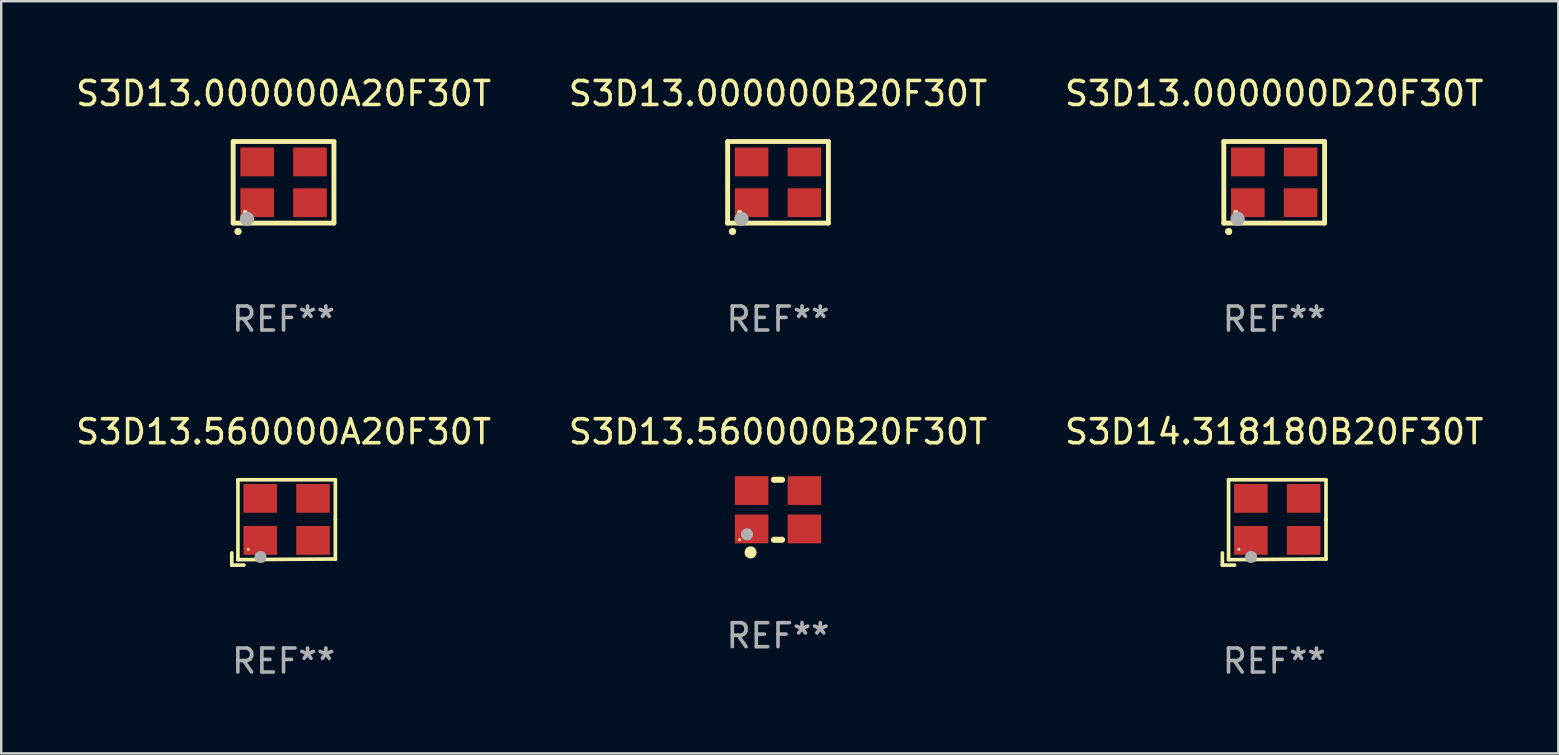
<source format=kicad_pcb>
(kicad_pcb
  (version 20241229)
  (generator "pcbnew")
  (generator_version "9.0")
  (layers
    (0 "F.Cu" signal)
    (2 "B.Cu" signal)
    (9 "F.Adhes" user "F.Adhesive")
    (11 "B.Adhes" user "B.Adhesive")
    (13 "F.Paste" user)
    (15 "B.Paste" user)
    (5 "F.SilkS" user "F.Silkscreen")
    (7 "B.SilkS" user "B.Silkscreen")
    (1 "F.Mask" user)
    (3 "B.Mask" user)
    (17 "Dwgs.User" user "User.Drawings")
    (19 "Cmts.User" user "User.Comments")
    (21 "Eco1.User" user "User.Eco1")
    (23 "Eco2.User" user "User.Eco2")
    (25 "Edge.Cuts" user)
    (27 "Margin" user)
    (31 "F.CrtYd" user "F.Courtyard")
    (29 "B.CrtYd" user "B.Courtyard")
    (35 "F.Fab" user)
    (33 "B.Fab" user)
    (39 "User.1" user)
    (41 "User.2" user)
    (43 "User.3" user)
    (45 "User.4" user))
  (footprint "S3D13.560000A20F30T"
    (layer "F.Cu")
    (at 8.768 18.723)
    (property "Reference" "S3D13.560000A20F30T" (at 0 -3.778 0) (layer "F.SilkS") (effects (font (size 1 1) (thickness 0.15))))
    (attr through_hole)
    (fp_line (start -2.159 1.27) (end -2.159 1.778) (stroke (width 0.152) (type solid)) (layer "F.SilkS"))
    (fp_line (start -2.159 1.778) (end -1.651 1.778) (stroke (width 0.152) (type solid)) (layer "F.SilkS"))
    (fp_line (start -1.902 -1.778) (end 2.159 -1.778) (stroke (width 0.152) (type solid)) (layer "F.SilkS"))
    (fp_line (start -1.902 1.552) (end -1.902 -1.778) (stroke (width 0.152) (type solid)) (layer "F.SilkS"))
    (fp_line (start 2.159 -1.778) (end 2.159 -0.127) (stroke (width 0.152) (type solid)) (layer "F.SilkS"))
    (fp_line (start 2.159 -0.127) (end 2.159 1.524) (stroke (width 0.152) (type solid)) (layer "F.SilkS"))
    (fp_line (start 2.159 1.524) (end -1.902 1.552) (stroke (width 0.152) (type solid)) (layer "F.SilkS"))
    (fp_line (start 2.159 1.524) (end 2.159 1.524) (stroke (width 0.152) (type solid)) (layer "F.SilkS"))
    (fp_circle (center -1.473 1.123) (end -1.443 1.123) (stroke (width 0.06) (type solid)) (fill no) (layer "F.SilkS"))
    (fp_circle (center -0.961 1.44) (end -0.834 1.44) (stroke (width 0.254) (type solid)) (fill no) (layer "F.Fab"))
    (fp_text user "REF**" (at 0 5.778 0) (layer "F.Fab") (effects (font (size 1 1) (thickness 0.15))))
    (pad "1" smd rect (at -0.973 0.748) (size 1.4 1.2) (layers "F.Cu" "F.Mask" "F.Paste"))
    (pad "2" smd rect (at 1.227 0.748) (size 1.4 1.2) (layers "F.Cu" "F.Mask" "F.Paste"))
    (pad "3" smd rect (at 1.227 -1.002) (size 1.4 1.2) (layers "F.Cu" "F.Mask" "F.Paste"))
    (pad "4" smd rect (at -0.973 -1.002) (size 1.4 1.2) (layers "F.Cu" "F.Mask" "F.Paste")))
  (footprint "S3D13.000000A20F30T"
    (layer "F.Cu")
    (at 8.768 4.548)
    (property "Reference" "S3D13.000000A20F30T" (at 0 -3.7 0) (layer "F.SilkS") (effects (font (size 1 1) (thickness 0.15))))
    (attr through_hole)
    (fp_line (start -2.1 -1.7) (end -2.1 1.7) (stroke (width 0.203) (type solid)) (layer "F.SilkS"))
    (fp_line (start -2.1 1.7) (end 2.1 1.7) (stroke (width 0.203) (type solid)) (layer "F.SilkS"))
    (fp_line (start 2.1 -1.7) (end -2.1 -1.7) (stroke (width 0.203) (type solid)) (layer "F.SilkS"))
    (fp_line (start 2.1 1.7) (end 2.1 -1.7) (stroke (width 0.203) (type solid)) (layer "F.SilkS"))
    (fp_arc (start -1.899924 2.049784) (mid -1.898654 2.049779) (end -1.897384 2.049784) (stroke (width 0.3) (type solid)) (layer "F.SilkS"))
    (fp_circle (center -1.6 1.25) (end -1.55 1.25) (stroke (width 0.1) (type solid)) (fill no) (layer "F.SilkS"))
    (fp_circle (center -1.524 1.524) (end -1.374 1.524) (stroke (width 0.3) (type solid)) (fill no) (layer "F.Fab"))
    (fp_text user "REF**" (at 0 5.7 0) (layer "F.Fab") (effects (font (size 1 1) (thickness 0.15))))
    (pad "1" smd rect (at -1.1 0.85) (size 1.4 1.2) (layers "F.Cu" "F.Mask" "F.Paste"))
    (pad "2" smd rect (at 1.1 0.85) (size 1.4 1.2) (layers "F.Cu" "F.Mask" "F.Paste"))
    (pad "3" smd rect (at 1.1 -0.85) (size 1.4 1.2) (layers "F.Cu" "F.Mask" "F.Paste"))
    (pad "4" smd rect (at -1.1 -0.85) (size 1.4 1.2) (layers "F.Cu" "F.Mask" "F.Paste")))
  (footprint "S3D13.000000B20F30T"
    (layer "F.Cu")
    (at 29.375 4.548)
    (property "Reference" "S3D13.000000B20F30T" (at 0 -3.7 0) (layer "F.SilkS") (effects (font (size 1 1) (thickness 0.15))))
    (attr through_hole)
    (fp_line (start -2.1 -1.7) (end -2.1 1.7) (stroke (width 0.203) (type solid)) (layer "F.SilkS"))
    (fp_line (start -2.1 1.7) (end 2.1 1.7) (stroke (width 0.203) (type solid)) (layer "F.SilkS"))
    (fp_line (start 2.1 -1.7) (end -2.1 -1.7) (stroke (width 0.203) (type solid)) (layer "F.SilkS"))
    (fp_line (start 2.1 1.7) (end 2.1 -1.7) (stroke (width 0.203) (type solid)) (layer "F.SilkS"))
    (fp_arc (start -1.899924 2.049784) (mid -1.898654 2.049779) (end -1.897384 2.049784) (stroke (width 0.3) (type solid)) (layer "F.SilkS"))
    (fp_circle (center -1.6 1.25) (end -1.55 1.25) (stroke (width 0.1) (type solid)) (fill no) (layer "F.SilkS"))
    (fp_circle (center -1.524 1.524) (end -1.374 1.524) (stroke (width 0.3) (type solid)) (fill no) (layer "F.Fab"))
    (fp_text user "REF**" (at 0 5.7 0) (layer "F.Fab") (effects (font (size 1 1) (thickness 0.15))))
    (pad "1" smd rect (at -1.1 0.85) (size 1.4 1.2) (layers "F.Cu" "F.Mask" "F.Paste"))
    (pad "2" smd rect (at 1.1 0.85) (size 1.4 1.2) (layers "F.Cu" "F.Mask" "F.Paste"))
    (pad "3" smd rect (at 1.1 -0.85) (size 1.4 1.2) (layers "F.Cu" "F.Mask" "F.Paste"))
    (pad "4" smd rect (at -1.1 -0.85) (size 1.4 1.2) (layers "F.Cu" "F.Mask" "F.Paste")))
  (footprint "S3D13.000000D20F30T"
    (layer "F.Cu")
    (at 50.054 4.548)
    (property "Reference" "S3D13.000000D20F30T" (at 0 -3.7 0) (layer "F.SilkS") (effects (font (size 1 1) (thickness 0.15))))
    (attr through_hole)
    (fp_line (start -2.1 -1.7) (end -2.1 1.7) (stroke (width 0.203) (type solid)) (layer "F.SilkS"))
    (fp_line (start -2.1 1.7) (end 2.1 1.7) (stroke (width 0.203) (type solid)) (layer "F.SilkS"))
    (fp_line (start 2.1 -1.7) (end -2.1 -1.7) (stroke (width 0.203) (type solid)) (layer "F.SilkS"))
    (fp_line (start 2.1 1.7) (end 2.1 -1.7) (stroke (width 0.203) (type solid)) (layer "F.SilkS"))
    (fp_arc (start -1.899924 2.049784) (mid -1.898654 2.049779) (end -1.897384 2.049784) (stroke (width 0.3) (type solid)) (layer "F.SilkS"))
    (fp_circle (center -1.6 1.25) (end -1.55 1.25) (stroke (width 0.1) (type solid)) (fill no) (layer "F.SilkS"))
    (fp_circle (center -1.524 1.524) (end -1.374 1.524) (stroke (width 0.3) (type solid)) (fill no) (layer "F.Fab"))
    (fp_text user "REF**" (at 0 5.7 0) (layer "F.Fab") (effects (font (size 1 1) (thickness 0.15))))
    (pad "1" smd rect (at -1.1 0.85) (size 1.4 1.2) (layers "F.Cu" "F.Mask" "F.Paste"))
    (pad "2" smd rect (at 1.1 0.85) (size 1.4 1.2) (layers "F.Cu" "F.Mask" "F.Paste"))
    (pad "3" smd rect (at 1.1 -0.85) (size 1.4 1.2) (layers "F.Cu" "F.Mask" "F.Paste"))
    (pad "4" smd rect (at -1.1 -0.85) (size 1.4 1.2) (layers "F.Cu" "F.Mask" "F.Paste")))
  (footprint "S3D14.318180B20F30T"
    (layer "F.Cu")
    (at 50.054 18.723)
    (property "Reference" "S3D14.318180B20F30T" (at 0 -3.778 0) (layer "F.SilkS") (effects (font (size 1 1) (thickness 0.15))))
    (attr through_hole)
    (fp_line (start -2.159 1.27) (end -2.159 1.778) (stroke (width 0.152) (type solid)) (layer "F.SilkS"))
    (fp_line (start -2.159 1.778) (end -1.651 1.778) (stroke (width 0.152) (type solid)) (layer "F.SilkS"))
    (fp_line (start -1.902 -1.778) (end 2.159 -1.778) (stroke (width 0.152) (type solid)) (layer "F.SilkS"))
    (fp_line (start -1.902 1.552) (end -1.902 -1.778) (stroke (width 0.152) (type solid)) (layer "F.SilkS"))
    (fp_line (start 2.159 -1.778) (end 2.159 -0.127) (stroke (width 0.152) (type solid)) (layer "F.SilkS"))
    (fp_line (start 2.159 -0.127) (end 2.159 1.524) (stroke (width 0.152) (type solid)) (layer "F.SilkS"))
    (fp_line (start 2.159 1.524) (end -1.902 1.552) (stroke (width 0.152) (type solid)) (layer "F.SilkS"))
    (fp_line (start 2.159 1.524) (end 2.159 1.524) (stroke (width 0.152) (type solid)) (layer "F.SilkS"))
    (fp_circle (center -1.473 1.123) (end -1.443 1.123) (stroke (width 0.06) (type solid)) (fill no) (layer "F.SilkS"))
    (fp_circle (center -0.961 1.44) (end -0.834 1.44) (stroke (width 0.254) (type solid)) (fill no) (layer "F.Fab"))
    (fp_text user "REF**" (at 0 5.778 0) (layer "F.Fab") (effects (font (size 1 1) (thickness 0.15))))
    (pad "1" smd rect (at -0.973 0.748) (size 1.4 1.2) (layers "F.Cu" "F.Mask" "F.Paste"))
    (pad "2" smd rect (at 1.227 0.748) (size 1.4 1.2) (layers "F.Cu" "F.Mask" "F.Paste"))
    (pad "3" smd rect (at 1.227 -1.002) (size 1.4 1.2) (layers "F.Cu" "F.Mask" "F.Paste"))
    (pad "4" smd rect (at -0.973 -1.002) (size 1.4 1.2) (layers "F.Cu" "F.Mask" "F.Paste")))
  (footprint "S3D13.560000B20F30T"
    (layer "F.Cu")
    (at 29.375 18.195)
    (property "Reference" "S3D13.560000B20F30T" (at 0 -3.25 0) (layer "F.SilkS") (effects (font (size 1 1) (thickness 0.15))))
    (attr through_hole)
    (fp_line (start -0.169 -1.25) (end 0.169 -1.25) (stroke (width 0.254) (type solid)) (layer "F.SilkS"))
    (fp_line (start -0.169 1.25) (end 0.169 1.25) (stroke (width 0.254) (type solid)) (layer "F.SilkS"))
    (fp_circle (center -1.6 1.25) (end -1.57 1.25) (stroke (width 0.06) (type solid)) (fill no) (layer "F.SilkS"))
    (fp_circle (center -1.143 1.778) (end -1.016 1.778) (stroke (width 0.254) (type solid)) (fill no) (layer "F.SilkS"))
    (fp_circle (center -1.292 1.025) (end -1.165 1.025) (stroke (width 0.254) (type solid)) (fill no) (layer "F.Fab"))
    (fp_text user "REF**" (at 0 5.25 0) (layer "F.Fab") (effects (font (size 1 1) (thickness 0.15))))
    (pad "1" smd rect (at -1.1 0.8) (size 1.4 1.2) (layers "F.Cu" "F.Mask" "F.Paste"))
    (pad "2" smd rect (at 1.1 0.8) (size 1.4 1.2) (layers "F.Cu" "F.Mask" "F.Paste"))
    (pad "3" smd rect (at 1.1 -0.8) (size 1.4 1.2) (layers "F.Cu" "F.Mask" "F.Paste"))
    (pad "4" smd rect (at -1.1 -0.8) (size 1.4 1.2) (layers "F.Cu" "F.Mask" "F.Paste")))
  (gr_rect
    (start -3 -3)
    (end 61.893 28.349)
    (stroke (width 0.1) (type default))
    (fill no)
    (layer "Edge.Cuts")))
</source>
